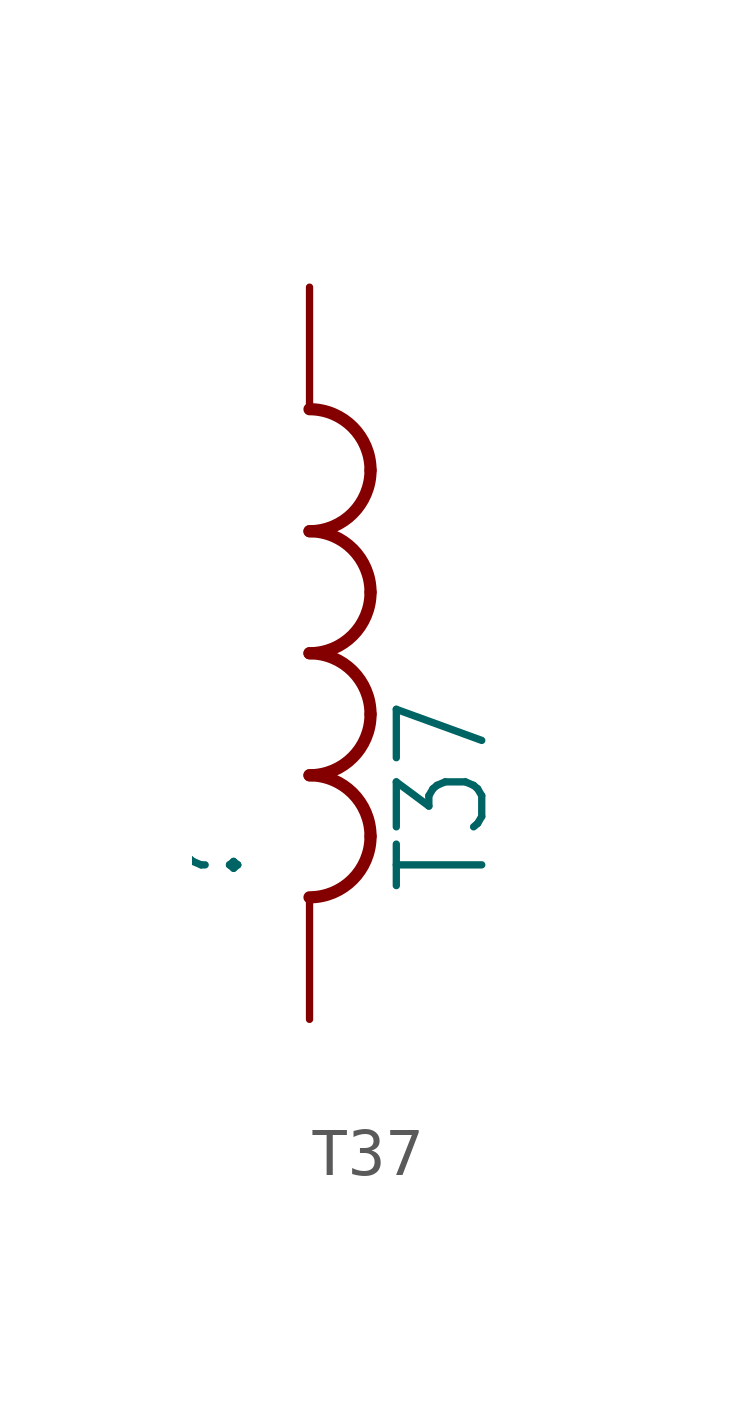
<source format=kicad_sym>
(kicad_symbol_lib
  (version 20211014)
  (generator kicad_symbol_editor)
  (symbol "T37"
    (property "Reference" ""
      (at -1.27 2.54 90)
      (effects (font (size 1.778 1.511)) (justify left bottom)))
    (property "Value" "T37"
      (at 3.81 2.54 90)
      (effects (font (size 1.778 1.511)) (justify left bottom)))
    (property "ki_locked" ""
      (at 0 0 0)
      (effects (font (size 1.27 1.27))))
    (symbol "T37_1_0"
      (arc (start 0 2.54) (mid 0.898 2.912) (end 1.27 3.81) (stroke (width 0.254) (type default) (color 0 0 0 0)) (fill (type none)))
      (arc (start 0 5.08) (mid 0.898 5.452) (end 1.27 6.35) (stroke (width 0.254) (type default) (color 0 0 0 0)) (fill (type none)))
      (arc (start 0 7.62) (mid 0.898 7.992) (end 1.27 8.89) (stroke (width 0.254) (type default) (color 0 0 0 0)) (fill (type none)))
      (arc (start 0 10.16) (mid 0.898 10.532) (end 1.27 11.43) (stroke (width 0.254) (type default) (color 0 0 0 0)) (fill (type none)))
      (arc (start 1.27 3.81) (mid 0.898 4.708) (end 0 5.08) (stroke (width 0.254) (type default) (color 0 0 0 0)) (fill (type none)))
      (arc (start 1.27 6.35) (mid 0.898 7.248) (end 0 7.62) (stroke (width 0.254) (type default) (color 0 0 0 0)) (fill (type none)))
      (arc (start 1.27 8.89) (mid 0.898 9.788) (end 0 10.16) (stroke (width 0.254) (type default) (color 0 0 0 0)) (fill (type none)))
      (arc (start 1.27 11.43) (mid 0.898 12.328) (end 0 12.7) (stroke (width 0.254) (type default) (color 0 0 0 0)) (fill (type none)))
      (pin passive line (at 0 15.24 270) (length 2.54) (name "1" (effects (font (size 0 0)))) (number "P$1" (effects (font (size 0 0)))))
      (pin passive line (at 0 0 90) (length 2.54) (name "2" (effects (font (size 0 0)))) (number "P$2" (effects (font (size 0 0))))))))
</source>
